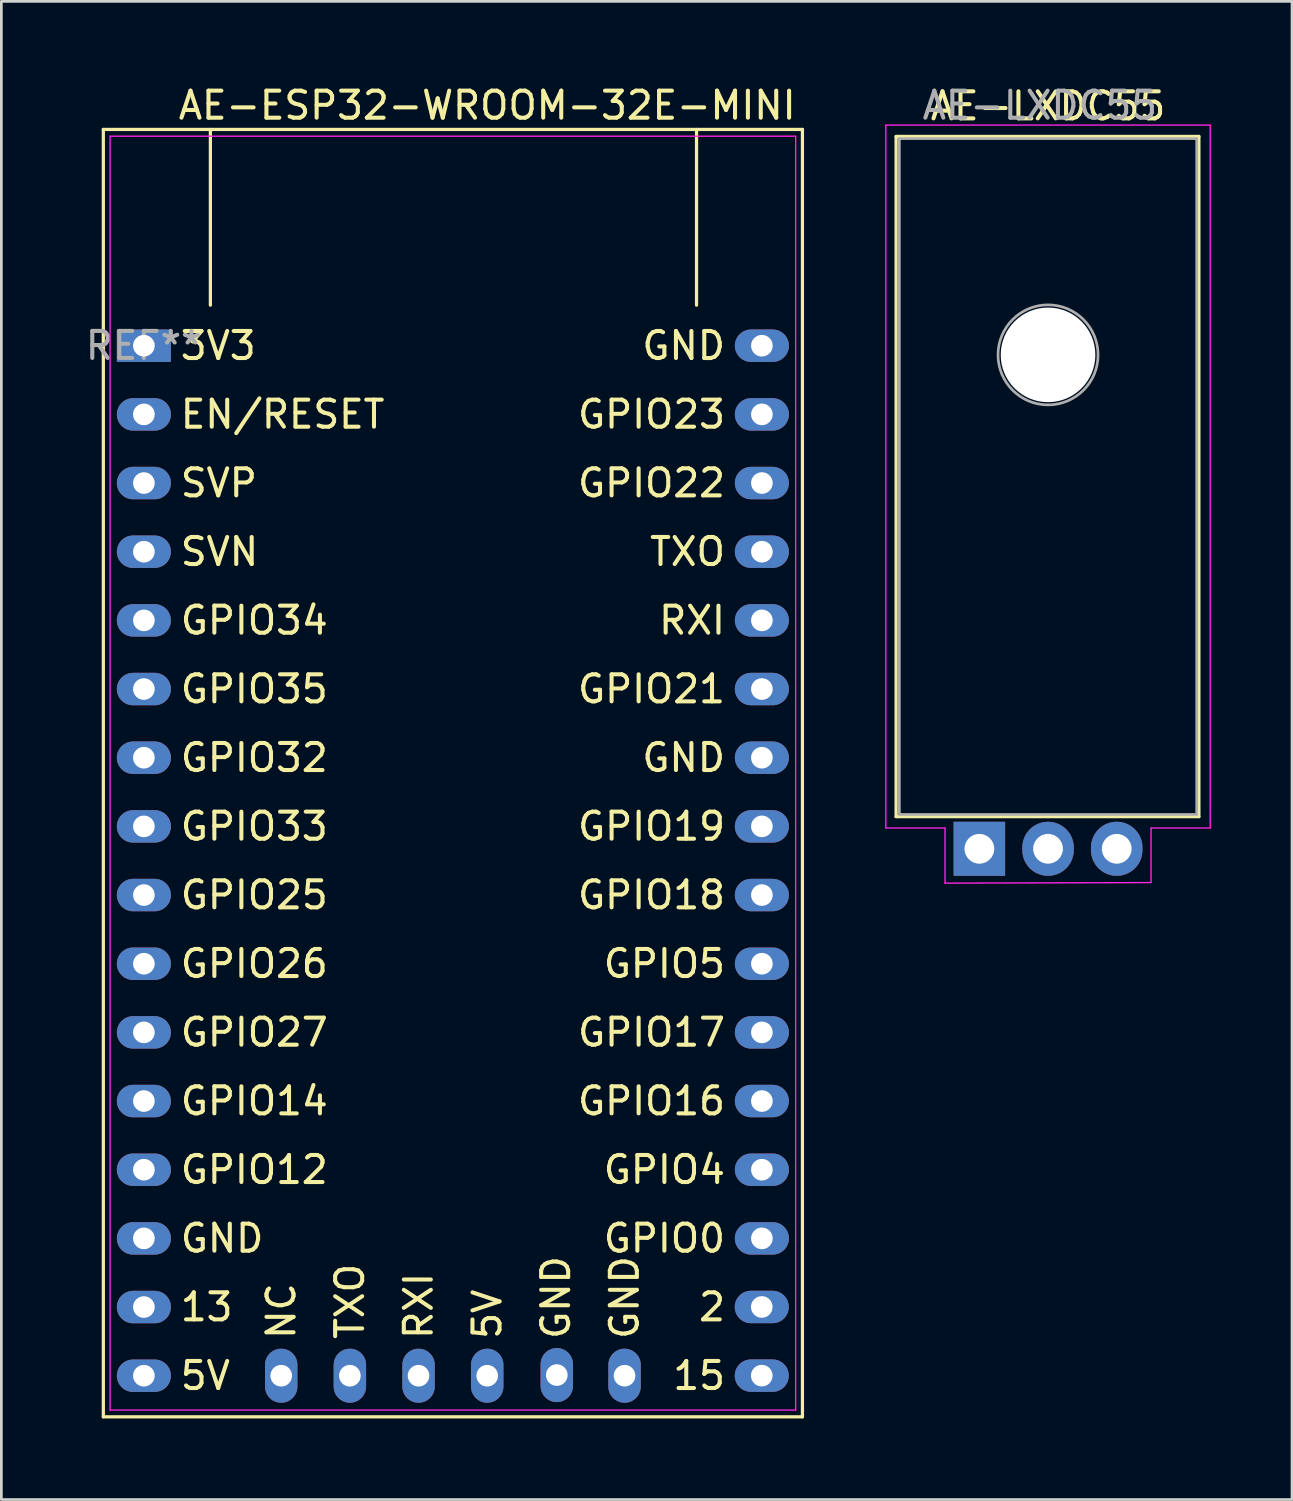
<source format=kicad_pcb>
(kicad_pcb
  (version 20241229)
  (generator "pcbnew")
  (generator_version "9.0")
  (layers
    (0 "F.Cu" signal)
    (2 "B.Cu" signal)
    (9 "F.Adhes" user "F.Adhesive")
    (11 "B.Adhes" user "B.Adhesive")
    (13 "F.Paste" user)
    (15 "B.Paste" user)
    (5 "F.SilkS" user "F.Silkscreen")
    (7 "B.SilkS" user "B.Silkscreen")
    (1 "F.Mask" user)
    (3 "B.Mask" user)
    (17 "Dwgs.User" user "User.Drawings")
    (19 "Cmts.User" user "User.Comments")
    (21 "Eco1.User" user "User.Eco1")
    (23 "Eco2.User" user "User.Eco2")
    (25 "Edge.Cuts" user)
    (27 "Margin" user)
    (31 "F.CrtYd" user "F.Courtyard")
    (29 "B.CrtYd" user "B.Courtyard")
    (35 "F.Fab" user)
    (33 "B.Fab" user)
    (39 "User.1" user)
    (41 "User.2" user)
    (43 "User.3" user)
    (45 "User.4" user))
  (footprint "AE-ESP32-WROOM-32E-MINI"
    (layer "F.Cu")
    (at 2.272 9.738)
    (property "Reference" "AE-ESP32-WROOM-32E-MINI" (at 12.7 -8.89 0) (layer "F.SilkS") (effects (font (size 1 1) (thickness 0.15))))
    (attr through_hole)
    (fp_line (start -1.5 -8) (end -1.5 39.62) (stroke (width 0.12) (type solid)) (layer "F.SilkS"))
    (fp_line (start -1.5 39.62) (end 24.36 39.62) (stroke (width 0.12) (type solid)) (layer "F.SilkS"))
    (fp_line (start 2.46 -1.5) (end 2.46 -8) (stroke (width 0.12) (type solid)) (layer "F.SilkS"))
    (fp_line (start 20.443 -8) (end 20.443 -1.5) (stroke (width 0.12) (type solid)) (layer "F.SilkS"))
    (fp_line (start 24.36 39.62) (end 24.36 -8) (stroke (width 0.12) (type solid)) (layer "F.SilkS"))
    (fp_line (start 24.36 -8) (end -1.5 -8) (stroke (width 0.12) (type solid)) (layer "F.SilkS"))
    (fp_line (start -1.25 -7.75) (end 24.11 -7.75) (stroke (width 0.05) (type solid)) (layer "F.CrtYd"))
    (fp_line (start -1.25 39.37) (end -1.25 -7.75) (stroke (width 0.05) (type solid)) (layer "F.CrtYd"))
    (fp_line (start 24.11 -7.75) (end 24.11 39.37) (stroke (width 0.05) (type solid)) (layer "F.CrtYd"))
    (fp_line (start 24.11 39.37) (end -1.25 39.37) (stroke (width 0.05) (type solid)) (layer "F.CrtYd"))
    (fp_text user "GND" (at 1.27 33.02 0) (unlocked yes) (layer "F.SilkS") (effects (font (size 1 1) (thickness 0.15)) (justify left)))
    (fp_text user "GPIO21" (at 21.59 12.7 0) (unlocked yes) (layer "F.SilkS") (effects (font (size 1 1) (thickness 0.15)) (justify right)))
    (fp_text user "TXO" (at 21.59 7.62 0) (unlocked yes) (layer "F.SilkS") (effects (font (size 1 1) (thickness 0.15)) (justify right)))
    (fp_text user "SVN" (at 1.27 7.62 0) (unlocked yes) (layer "F.SilkS") (effects (font (size 1 1) (thickness 0.15)) (justify left)))
    (fp_text user "GPIO27" (at 1.27 25.4 0) (unlocked yes) (layer "F.SilkS") (effects (font (size 1 1) (thickness 0.15)) (justify left)))
    (fp_text user "TXO" (at 7.62 36.83 90) (unlocked yes) (layer "F.SilkS") (effects (font (size 1 1) (thickness 0.15)) (justify left)))
    (fp_text user "GPIO4" (at 21.59 30.48 0) (unlocked yes) (layer "F.SilkS") (effects (font (size 1 1) (thickness 0.15)) (justify right)))
    (fp_text user "GPIO12" (at 1.27 30.48 0) (unlocked yes) (layer "F.SilkS") (effects (font (size 1 1) (thickness 0.15)) (justify left)))
    (fp_text user "GPIO34" (at 1.27 10.16 0) (unlocked yes) (layer "F.SilkS") (effects (font (size 1 1) (thickness 0.15)) (justify left)))
    (fp_text user "GPIO19" (at 21.59 17.78 0) (unlocked yes) (layer "F.SilkS") (effects (font (size 1 1) (thickness 0.15)) (justify right)))
    (fp_text user "GPIO26" (at 1.27 22.86 0) (unlocked yes) (layer "F.SilkS") (effects (font (size 1 1) (thickness 0.15)) (justify left)))
    (fp_text user "GPIO17" (at 21.59 25.4 0) (unlocked yes) (layer "F.SilkS") (effects (font (size 1 1) (thickness 0.15)) (justify right)))
    (fp_text user "RXI" (at 21.59 10.16 0) (unlocked yes) (layer "F.SilkS") (effects (font (size 1 1) (thickness 0.15)) (justify right)))
    (fp_text user "13" (at 1.27 35.56 0) (unlocked yes) (layer "F.SilkS") (effects (font (size 1 1) (thickness 0.15)) (justify left)))
    (fp_text user "GPIO0" (at 21.59 33.02 0) (unlocked yes) (layer "F.SilkS") (effects (font (size 1 1) (thickness 0.15)) (justify right)))
    (fp_text user "GPIO22" (at 21.59 5.08 0) (unlocked yes) (layer "F.SilkS") (effects (font (size 1 1) (thickness 0.15)) (justify right)))
    (fp_text user "GPIO23" (at 21.59 2.54 0) (unlocked yes) (layer "F.SilkS") (effects (font (size 1 1) (thickness 0.15)) (justify right)))
    (fp_text user "GPIO14" (at 1.27 27.94 0) (unlocked yes) (layer "F.SilkS") (effects (font (size 1 1) (thickness 0.15)) (justify left)))
    (fp_text user "GPIO5" (at 21.59 22.86 0) (unlocked yes) (layer "F.SilkS") (effects (font (size 1 1) (thickness 0.15)) (justify right)))
    (fp_text user "SVP" (at 1.27 5.08 0) (unlocked yes) (layer "F.SilkS") (effects (font (size 1 1) (thickness 0.15)) (justify left)))
    (fp_text user "GPIO33" (at 1.27 17.78 0) (unlocked yes) (layer "F.SilkS") (effects (font (size 1 1) (thickness 0.15)) (justify left)))
    (fp_text user "GPIO32" (at 1.27 15.24 0) (unlocked yes) (layer "F.SilkS") (effects (font (size 1 1) (thickness 0.15)) (justify left)))
    (fp_text user "GND" (at 21.59 0 0) (unlocked yes) (layer "F.SilkS") (effects (font (size 1 1) (thickness 0.15)) (justify right)))
    (fp_text user "5V" (at 1.27 38.1 0) (unlocked yes) (layer "F.SilkS") (effects (font (size 1 1) (thickness 0.15)) (justify left)))
    (fp_text user "GPIO25" (at 1.27 20.32 0) (unlocked yes) (layer "F.SilkS") (effects (font (size 1 1) (thickness 0.15)) (justify left)))
    (fp_text user "GPIO35" (at 1.27 12.7 0) (unlocked yes) (layer "F.SilkS") (effects (font (size 1 1) (thickness 0.15)) (justify left)))
    (fp_text user "3V3" (at 1.27 0 0) (unlocked yes) (layer "F.SilkS") (effects (font (size 1 1) (thickness 0.15)) (justify left)))
    (fp_text user "EN/RESET" (at 1.27 2.54 0) (unlocked yes) (layer "F.SilkS") (effects (font (size 1 1) (thickness 0.15)) (justify left)))
    (fp_text user "5V" (at 12.7 36.83 90) (unlocked yes) (layer "F.SilkS") (effects (font (size 1 1) (thickness 0.15)) (justify left)))
    (fp_text user "2" (at 21.59 35.56 0) (unlocked yes) (layer "F.SilkS") (effects (font (size 1 1) (thickness 0.15)) (justify right)))
    (fp_text user "RXI" (at 10.16 36.83 90) (unlocked yes) (layer "F.SilkS") (effects (font (size 1 1) (thickness 0.15)) (justify left)))
    (fp_text user "GND" (at 15.24 36.83 90) (unlocked yes) (layer "F.SilkS") (effects (font (size 1 1) (thickness 0.15)) (justify left)))
    (fp_text user "GND" (at 17.78 36.83 90) (unlocked yes) (layer "F.SilkS") (effects (font (size 1 1) (thickness 0.15)) (justify left)))
    (fp_text user "NC" (at 5.08 36.83 90) (unlocked yes) (layer "F.SilkS") (effects (font (size 1 1) (thickness 0.15)) (justify left)))
    (fp_text user "GPIO18" (at 21.59 20.32 0) (unlocked yes) (layer "F.SilkS") (effects (font (size 1 1) (thickness 0.15)) (justify right)))
    (fp_text user "15" (at 21.59 38.1 0) (unlocked yes) (layer "F.SilkS") (effects (font (size 1 1) (thickness 0.15)) (justify right)))
    (fp_text user "GPIO16" (at 21.59 27.94 0) (unlocked yes) (layer "F.SilkS") (effects (font (size 1 1) (thickness 0.15)) (justify right)))
    (fp_text user "GND" (at 21.59 15.24 0) (unlocked yes) (layer "F.SilkS") (effects (font (size 1 1) (thickness 0.15)) (justify right)))
    (fp_text user "REF**" (at -0.004 -0.003 0) (layer "F.Fab") (effects (font (size 1 1) (thickness 0.15))))
    (pad "1" thru_hole rect (at 0 0 270) (size 1.2 2) (drill 0.8) (layers "*.Cu" "*.Mask"))
    (pad "2" thru_hole oval (at 0 2.54 270) (size 1.2 2) (drill 0.8) (layers "*.Cu" "*.Mask"))
    (pad "3" thru_hole oval (at 0 5.08 270) (size 1.2 2) (drill 0.8) (layers "*.Cu" "*.Mask"))
    (pad "4" thru_hole oval (at 0 7.62 270) (size 1.2 2) (drill 0.8) (layers "*.Cu" "*.Mask"))
    (pad "5" thru_hole oval (at 0 10.16 270) (size 1.2 2) (drill 0.8) (layers "*.Cu" "*.Mask"))
    (pad "6" thru_hole oval (at 0 12.7 270) (size 1.2 2) (drill 0.8) (layers "*.Cu" "*.Mask"))
    (pad "7" thru_hole oval (at 0 15.24 270) (size 1.2 2) (drill 0.8) (layers "*.Cu" "*.Mask"))
    (pad "8" thru_hole oval (at 0 17.78 270) (size 1.2 2) (drill 0.8) (layers "*.Cu" "*.Mask"))
    (pad "9" thru_hole oval (at 0 20.32 270) (size 1.2 2) (drill 0.8) (layers "*.Cu" "*.Mask"))
    (pad "10" thru_hole oval (at 0 22.86 270) (size 1.2 2) (drill 0.8) (layers "*.Cu" "*.Mask"))
    (pad "11" thru_hole oval (at 0 25.4 270) (size 1.2 2) (drill 0.8) (layers "*.Cu" "*.Mask"))
    (pad "12" thru_hole oval (at 0 27.94 270) (size 1.2 2) (drill 0.8) (layers "*.Cu" "*.Mask"))
    (pad "13" thru_hole oval (at 0 30.48 270) (size 1.2 2) (drill 0.8) (layers "*.Cu" "*.Mask"))
    (pad "14" thru_hole oval (at 0 33.02 270) (size 1.2 2) (drill 0.8) (layers "*.Cu" "*.Mask"))
    (pad "15" thru_hole oval (at 0 35.56 270) (size 1.2 2) (drill 0.8) (layers "*.Cu" "*.Mask"))
    (pad "16" thru_hole oval (at 0 38.1 270) (size 1.2 2) (drill 0.8) (layers "*.Cu" "*.Mask"))
    (pad "17" thru_hole oval (at 22.856 38.097 270) (size 1.2 2) (drill 0.8) (layers "*.Cu" "*.Mask"))
    (pad "18" thru_hole oval (at 22.856 35.557 270) (size 1.2 2) (drill 0.8) (layers "*.Cu" "*.Mask"))
    (pad "19" thru_hole oval (at 22.86 33.02 270) (size 1.2 2) (drill 0.8) (layers "*.Cu" "*.Mask"))
    (pad "20" thru_hole oval (at 22.86 30.48 270) (size 1.2 2) (drill 0.8) (layers "*.Cu" "*.Mask"))
    (pad "21" thru_hole oval (at 22.86 27.94 270) (size 1.2 2) (drill 0.8) (layers "*.Cu" "*.Mask"))
    (pad "22" thru_hole oval (at 22.86 25.4 270) (size 1.2 2) (drill 0.8) (layers "*.Cu" "*.Mask"))
    (pad "23" thru_hole oval (at 22.86 22.86 270) (size 1.2 2) (drill 0.8) (layers "*.Cu" "*.Mask"))
    (pad "24" thru_hole oval (at 22.86 20.32 270) (size 1.2 2) (drill 0.8) (layers "*.Cu" "*.Mask"))
    (pad "25" thru_hole oval (at 22.86 17.78 270) (size 1.2 2) (drill 0.8) (layers "*.Cu" "*.Mask"))
    (pad "26" thru_hole oval (at 22.86 15.24 270) (size 1.2 2) (drill 0.8) (layers "*.Cu" "*.Mask"))
    (pad "27" thru_hole oval (at 22.86 12.7 270) (size 1.2 2) (drill 0.8) (layers "*.Cu" "*.Mask"))
    (pad "28" thru_hole oval (at 22.86 10.16 270) (size 1.2 2) (drill 0.8) (layers "*.Cu" "*.Mask"))
    (pad "29" thru_hole oval (at 22.86 7.62 270) (size 1.2 2) (drill 0.8) (layers "*.Cu" "*.Mask"))
    (pad "30" thru_hole oval (at 22.86 5.08 270) (size 1.2 2) (drill 0.8) (layers "*.Cu" "*.Mask"))
    (pad "31" thru_hole oval (at 22.86 2.54 270) (size 1.2 2) (drill 0.8) (layers "*.Cu" "*.Mask"))
    (pad "32" thru_hole oval (at 22.86 0 270) (size 1.2 2) (drill 0.8) (layers "*.Cu" "*.Mask"))
    (pad "33" thru_hole oval (at 5.08 38.1 270) (size 2 1.2) (drill 0.8) (layers "*.Cu" "*.Mask"))
    (pad "34" thru_hole oval (at 7.62 38.1 270) (size 2 1.2) (drill 0.8) (layers "*.Cu" "*.Mask"))
    (pad "35" thru_hole oval (at 10.16 38.1 270) (size 2 1.2) (drill 0.8) (layers "*.Cu" "*.Mask"))
    (pad "36" thru_hole oval (at 12.7 38.1 270) (size 2 1.2) (drill 0.8) (layers "*.Cu" "*.Mask"))
    (pad "37" thru_hole oval (at 15.274 38.076 270) (size 2 1.2) (drill 0.8) (layers "*.Cu" "*.Mask"))
    (pad "38" thru_hole oval (at 17.78 38.1 270) (size 2 1.2) (drill 0.8) (layers "*.Cu" "*.Mask")))
  (footprint "AE-LXDC55"
    (layer "F.Cu")
    (at 33.177 28.347)
    (property "Reference" "AE-LXDC55" (at 2.54 -27.474 0) (layer "F.SilkS") (effects (font (size 1 1) (thickness 0.15))))
    (attr through_hole)
    (fp_line (start -3.08 -26.35) (end -3.08 -1.19) (stroke (width 0.12) (type solid)) (layer "F.SilkS"))
    (fp_line (start -3.08 -26.35) (end 8.12 -26.35) (stroke (width 0.12) (type solid)) (layer "F.SilkS"))
    (fp_line (start -3.08 -1.19) (end 8.12 -1.19) (stroke (width 0.12) (type solid)) (layer "F.SilkS"))
    (fp_line (start 8.12 -26.35) (end 8.12 -1.19) (stroke (width 0.12) (type solid)) (layer "F.SilkS"))
    (fp_line (start -3.46 -26.77) (end -3.46 -0.77) (stroke (width 0.05) (type solid)) (layer "F.CrtYd"))
    (fp_line (start -3.46 -0.77) (end -1.27 -0.77) (stroke (width 0.05) (type solid)) (layer "F.CrtYd"))
    (fp_line (start -1.27 -0.77) (end -1.27 1.27) (stroke (width 0.05) (type solid)) (layer "F.CrtYd"))
    (fp_line (start -1.27 1.27) (end 6.35 1.25) (stroke (width 0.05) (type solid)) (layer "F.CrtYd"))
    (fp_line (start 6.35 -0.77) (end 8.54 -0.77) (stroke (width 0.05) (type solid)) (layer "F.CrtYd"))
    (fp_line (start 6.35 1.25) (end 6.35 -0.77) (stroke (width 0.05) (type solid)) (layer "F.CrtYd"))
    (fp_line (start 8.54 -26.77) (end -3.46 -26.77) (stroke (width 0.05) (type solid)) (layer "F.CrtYd"))
    (fp_line (start 8.54 -0.77) (end 8.54 -26.77) (stroke (width 0.05) (type solid)) (layer "F.CrtYd"))
    (fp_line (start -2.96 -26.27) (end 8.04 -26.27) (stroke (width 0.1) (type solid)) (layer "F.Fab"))
    (fp_line (start -2.96 -1.27) (end -2.96 -26.27) (stroke (width 0.1) (type solid)) (layer "F.Fab"))
    (fp_line (start 8.04 -26.27) (end 8.04 -1.27) (stroke (width 0.1) (type solid)) (layer "F.Fab"))
    (fp_line (start 8.04 -1.27) (end -2.96 -1.27) (stroke (width 0.1) (type solid)) (layer "F.Fab"))
    (fp_circle (center 2.54 -18.27) (end 4.39 -18.27) (stroke (width 0.1) (type solid)) (fill no) (layer "F.Fab"))
    (fp_text user "${REFERENCE}" (at 2.239 -27.499 0) (layer "F.Fab") (effects (font (size 1 1) (thickness 0.15))))
    (pad "" np_thru_hole oval (at 2.54 -18.27) (size 3.5 3.5) (drill 3.5) (layers "*.Cu" "*.Mask"))
    (pad "1" thru_hole rect (at 0 0) (size 1.905 2) (drill 1.1) (layers "*.Cu" "*.Mask"))
    (pad "2" thru_hole oval (at 2.54 0) (size 1.905 2) (drill 1.1) (layers "*.Cu" "*.Mask"))
    (pad "3" thru_hole oval (at 5.08 0) (size 1.905 2) (drill 1.1) (layers "*.Cu" "*.Mask")))
  (gr_rect
    (start -3 -3)
    (end 44.742 52.418)
    (stroke (width 0.1) (type default))
    (fill no)
    (layer "Edge.Cuts")))
</source>
